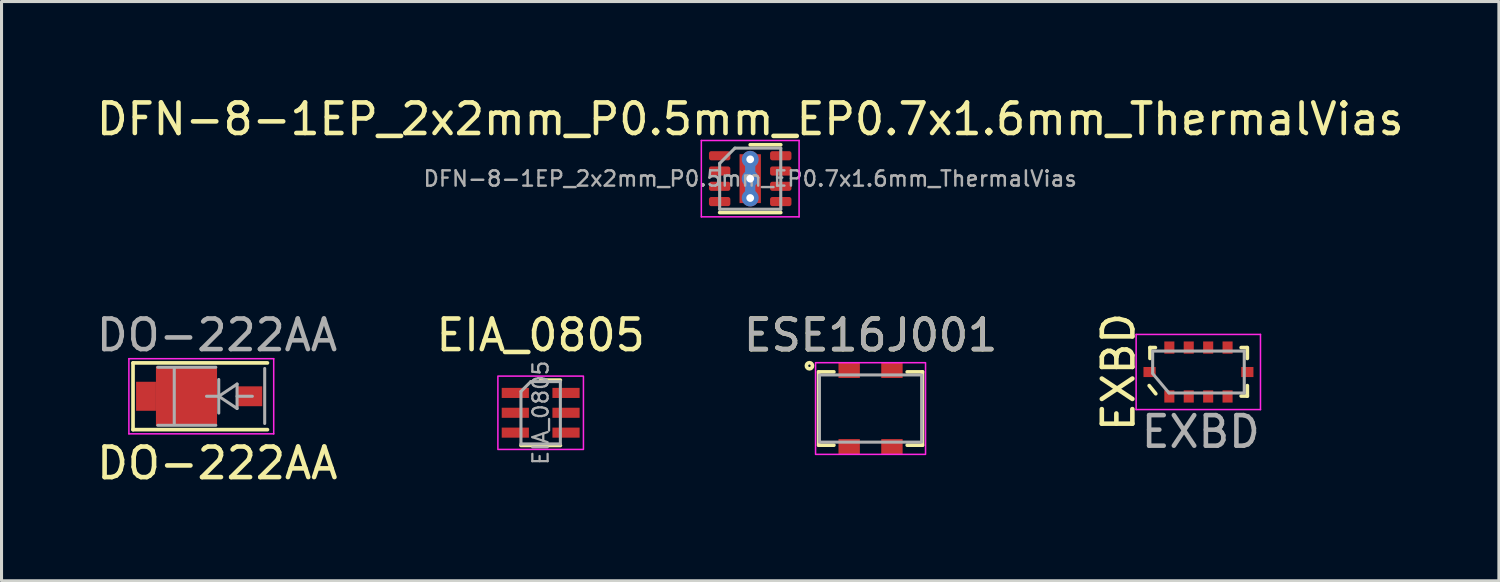
<source format=kicad_pcb>
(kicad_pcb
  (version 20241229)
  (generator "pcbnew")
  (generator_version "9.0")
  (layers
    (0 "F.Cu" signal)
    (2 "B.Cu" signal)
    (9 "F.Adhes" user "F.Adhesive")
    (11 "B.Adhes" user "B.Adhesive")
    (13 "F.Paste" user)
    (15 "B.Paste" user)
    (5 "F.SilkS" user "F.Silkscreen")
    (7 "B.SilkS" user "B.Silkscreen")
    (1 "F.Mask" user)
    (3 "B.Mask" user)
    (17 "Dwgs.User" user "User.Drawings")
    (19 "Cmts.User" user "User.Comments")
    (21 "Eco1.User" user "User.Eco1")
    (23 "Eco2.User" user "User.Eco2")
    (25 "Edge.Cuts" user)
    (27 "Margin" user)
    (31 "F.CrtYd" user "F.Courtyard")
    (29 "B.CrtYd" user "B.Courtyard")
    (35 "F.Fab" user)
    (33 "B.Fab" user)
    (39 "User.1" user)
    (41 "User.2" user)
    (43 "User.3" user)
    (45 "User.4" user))
  (footprint "DFN-8-1EP_2x2mm_P0.5mm_EP0.7x1.6mm_ThermalVias"
    (layer "F.Cu")
    (at 21.506 2.798)
    (property "Reference" "DFN-8-1EP_2x2mm_P0.5mm_EP0.7x1.6mm_ThermalVias" (at 0 -1.95 0) (layer "F.SilkS") (effects (font (size 1 1) (thickness 0.15))))
    (attr smd)
    (fp_line (start -1 1.11) (end 1 1.11) (stroke (width 0.12) (type solid)) (layer "F.SilkS"))
    (fp_line (start 0 -1.11) (end 1 -1.11) (stroke (width 0.12) (type solid)) (layer "F.SilkS"))
    (fp_line (start -1.6 -1.25) (end -1.6 1.25) (stroke (width 0.05) (type solid)) (layer "F.CrtYd"))
    (fp_line (start -1.6 1.25) (end 1.6 1.25) (stroke (width 0.05) (type solid)) (layer "F.CrtYd"))
    (fp_line (start 1.6 -1.25) (end -1.6 -1.25) (stroke (width 0.05) (type solid)) (layer "F.CrtYd"))
    (fp_line (start 1.6 1.25) (end 1.6 -1.25) (stroke (width 0.05) (type solid)) (layer "F.CrtYd"))
    (fp_line (start -1 -0.5) (end -0.5 -1) (stroke (width 0.1) (type solid)) (layer "F.Fab"))
    (fp_line (start -1 1) (end -1 -0.5) (stroke (width 0.1) (type solid)) (layer "F.Fab"))
    (fp_line (start -0.5 -1) (end 1 -1) (stroke (width 0.1) (type solid)) (layer "F.Fab"))
    (fp_line (start 1 -1) (end 1 1) (stroke (width 0.1) (type solid)) (layer "F.Fab"))
    (fp_line (start 1 1) (end -1 1) (stroke (width 0.1) (type solid)) (layer "F.Fab"))
    (fp_text user "${REFERENCE}" (at 0 0 0) (layer "F.Fab") (effects (font (size 0.5 0.5) (thickness 0.08))))
    (pad "" smd roundrect (at 0 -0.4) (size 0.56 0.64) (layers "F.Paste") (roundrect_rratio 0.25))
    (pad "" smd roundrect (at 0 0.4) (size 0.56 0.64) (layers "F.Paste") (roundrect_rratio 0.25))
    (pad "1" smd roundrect (at -1 -0.75) (size 0.7 0.3) (layers "F.Cu" "F.Mask" "F.Paste") (roundrect_rratio 0.25))
    (pad "2" smd roundrect (at -1 -0.25) (size 0.7 0.3) (layers "F.Cu" "F.Mask" "F.Paste") (roundrect_rratio 0.25))
    (pad "3" smd roundrect (at -1 0.25) (size 0.7 0.3) (layers "F.Cu" "F.Mask" "F.Paste") (roundrect_rratio 0.25))
    (pad "4" smd roundrect (at -1 0.75) (size 0.7 0.3) (layers "F.Cu" "F.Mask" "F.Paste") (roundrect_rratio 0.25))
    (pad "5" smd roundrect (at 1 0.75) (size 0.7 0.3) (layers "F.Cu" "F.Mask" "F.Paste") (roundrect_rratio 0.25))
    (pad "6" smd roundrect (at 1 0.25) (size 0.7 0.3) (layers "F.Cu" "F.Mask" "F.Paste") (roundrect_rratio 0.25))
    (pad "7" smd roundrect (at 1 -0.25) (size 0.7 0.3) (layers "F.Cu" "F.Mask" "F.Paste") (roundrect_rratio 0.25))
    (pad "8" smd roundrect (at 1 -0.75) (size 0.7 0.3) (layers "F.Cu" "F.Mask" "F.Paste") (roundrect_rratio 0.25))
    (pad "9" thru_hole circle (at 0 -0.633) (size 0.554 0.554) (drill 0.254) (property pad_prop_heatsink) (layers "*.Cu"))
    (pad "9" smd rect (at 0 0) (size 0.334 1.6) (layers "B.Cu"))
    (pad "9" thru_hole circle (at 0 0) (size 0.554 0.554) (drill 0.254) (property pad_prop_heatsink) (layers "*.Cu"))
    (pad "9" smd rect (at 0 0) (size 0.7 1.6) (layers "F.Cu" "F.Mask"))
    (pad "9" thru_hole circle (at 0 0.633) (size 0.554 0.554) (drill 0.254) (property pad_prop_heatsink) (layers "*.Cu")))
  (footprint "ESE16J001"
    (layer "F.Cu")
    (at 25.445 10.322)
    (property "Reference" "ESE16J001" (at 0 -2.4 0) (unlocked yes) (layer "F.SilkS") (effects (font (size 1 1) (thickness 0.15))))
    (attr smd)
    (fp_line (start -1.7 -1.2) (end -1.7 1.2) (stroke (width 0.12) (type solid)) (layer "F.SilkS"))
    (fp_line (start -1.7 1.2) (end -1.2 1.2) (stroke (width 0.12) (type solid)) (layer "F.SilkS"))
    (fp_line (start -1.2 -1.2) (end -1.7 -1.2) (stroke (width 0.12) (type solid)) (layer "F.SilkS"))
    (fp_line (start 1.7 -1.2) (end 1.2 -1.2) (stroke (width 0.12) (type solid)) (layer "F.SilkS"))
    (fp_line (start 1.7 -1.2) (end 1.7 1.2) (stroke (width 0.12) (type solid)) (layer "F.SilkS"))
    (fp_line (start 1.7 1.2) (end 1.2 1.2) (stroke (width 0.12) (type solid)) (layer "F.SilkS"))
    (fp_circle (center -2 -1.4) (end -2 -1.3) (stroke (width 0.12) (type solid)) (fill no) (layer "F.SilkS"))
    (fp_rect (start -1.8 -1.5) (end 1.8 1.5) (stroke (width 0.05) (type solid)) (fill no) (layer "F.CrtYd"))
    (fp_rect (start -1.675 -1.1) (end 1.675 1.1) (stroke (width 0.1) (type solid)) (fill no) (layer "F.Fab"))
    (fp_text user "${REFERENCE}" (at 0 -2.4 0) (unlocked yes) (layer "F.Fab") (effects (font (size 1 1) (thickness 0.15))))
    (pad "1" smd rect (at -0.7 -1.25) (size 0.7 0.5) (layers "F.Cu" "F.Mask" "F.Paste"))
    (pad "2" smd rect (at 0.7 -1.25) (size 0.7 0.5) (layers "F.Cu" "F.Mask" "F.Paste"))
    (pad "3" smd rect (at -0.7 1.25) (size 0.7 0.5) (layers "F.Cu" "F.Mask" "F.Paste"))
    (pad "4" smd rect (at 0.7 1.25) (size 0.7 0.5) (layers "F.Cu" "F.Mask" "F.Paste")))
  (footprint "EIA_0805"
    (layer "F.Cu")
    (at 14.647 10.461)
    (property "Reference" "EIA_0805" (at 0 -2.54 0) (layer "F.SilkS") (effects (font (size 1 1) (thickness 0.15))))
    (attr smd)
    (fp_line (start -0.645 1.07) (end 0.645 1.07) (stroke (width 0.12) (type solid)) (layer "F.SilkS"))
    (fp_line (start 0 -1.07) (end 0.645 -1.07) (stroke (width 0.12) (type solid)) (layer "F.SilkS"))
    (fp_rect (start -1.4 -1.2) (end 1.4 1.2) (stroke (width 0.05) (type solid)) (fill no) (layer "F.CrtYd"))
    (fp_line (start -0.645 -0.698) (end -0.645 1.02) (stroke (width 0.1) (type solid)) (layer "F.Fab"))
    (fp_line (start -0.645 -0.698) (end -0.323 -1.02) (stroke (width 0.1) (type solid)) (layer "F.Fab"))
    (fp_line (start -0.645 1.02) (end 0.645 1.02) (stroke (width 0.1) (type solid)) (layer "F.Fab"))
    (fp_line (start 0.645 -1.02) (end -0.323 -1.02) (stroke (width 0.1) (type solid)) (layer "F.Fab"))
    (fp_line (start 0.645 1.02) (end 0.645 -1.02) (stroke (width 0.1) (type solid)) (layer "F.Fab"))
    (fp_text user "${REFERENCE}" (at 0 0 90) (layer "F.Fab") (effects (font (size 0.5 0.5) (thickness 0.075))))
    (pad "1" smd rect (at -0.83 -0.65) (size 0.89 0.33) (layers "F.Cu" "F.Mask" "F.Paste"))
    (pad "2" smd rect (at -0.83 0) (size 0.89 0.33) (layers "F.Cu" "F.Mask" "F.Paste"))
    (pad "3" smd rect (at -0.83 0.65) (size 0.89 0.33) (layers "F.Cu" "F.Mask" "F.Paste"))
    (pad "4" smd rect (at 0.83 0.65) (size 0.89 0.33) (layers "F.Cu" "F.Mask" "F.Paste"))
    (pad "5" smd rect (at 0.83 0) (size 0.89 0.33) (layers "F.Cu" "F.Mask" "F.Paste"))
    (pad "6" smd rect (at 0.83 -0.65) (size 0.89 0.33) (layers "F.Cu" "F.Mask" "F.Paste")))
  (footprint "EXBD"
    (layer "F.Cu")
    (at 36.178 9.127)
    (property "Reference" "EXBD" (at -2.618 0 90) (layer "F.SilkS") (effects (font (size 1 1) (thickness 0.15))))
    (attr smd)
    (fp_line (start -1.587 -0.8) (end -1.41 -0.8) (stroke (width 0.12) (type solid)) (layer "F.SilkS"))
    (fp_line (start -1.587 -0.445) (end -1.587 -0.8) (stroke (width 0.12) (type solid)) (layer "F.SilkS"))
    (fp_line (start -1.397 0.711) (end -1.613 0.445) (stroke (width 0.12) (type solid)) (layer "F.SilkS"))
    (fp_line (start 1.397 -0.8) (end 1.587 -0.8) (stroke (width 0.12) (type solid)) (layer "F.SilkS"))
    (fp_line (start 1.6 -0.8) (end 1.6 -0.445) (stroke (width 0.12) (type solid)) (layer "F.SilkS"))
    (fp_line (start 1.6 0.445) (end 1.6 0.787) (stroke (width 0.12) (type solid)) (layer "F.SilkS"))
    (fp_line (start 1.6 0.787) (end 1.397 0.787) (stroke (width 0.12) (type solid)) (layer "F.SilkS"))
    (fp_line (start -2.04 -1.23) (end 2.03 -1.23) (stroke (width 0.05) (type solid)) (layer "F.CrtYd"))
    (fp_line (start -2.04 1.23) (end -2.04 -1.23) (stroke (width 0.05) (type solid)) (layer "F.CrtYd"))
    (fp_line (start 2.03 -1.23) (end 2.03 1.23) (stroke (width 0.05) (type solid)) (layer "F.CrtYd"))
    (fp_line (start 2.03 1.23) (end -2.04 1.23) (stroke (width 0.05) (type solid)) (layer "F.CrtYd"))
    (fp_line (start -1.499 -0.686) (end 1.499 -0.686) (stroke (width 0.1) (type solid)) (layer "F.Fab"))
    (fp_line (start -1.499 0.025) (end -1.499 -0.686) (stroke (width 0.1) (type solid)) (layer "F.Fab"))
    (fp_line (start -0.965 0.686) (end -1.499 0.051) (stroke (width 0.1) (type solid)) (layer "F.Fab"))
    (fp_line (start 1.499 -0.686) (end 1.499 0.686) (stroke (width 0.1) (type solid)) (layer "F.Fab"))
    (fp_line (start 1.499 0.686) (end -0.965 0.686) (stroke (width 0.1) (type solid)) (layer "F.Fab"))
    (fp_text user "${REFERENCE}" (at 0.076 1.956 0) (layer "F.Fab") (effects (font (size 1 1) (thickness 0.15))))
    (pad "1" smd rect (at -1.6 0 270) (size 0.33 0.4) (layers "F.Cu" "F.Mask" "F.Paste"))
    (pad "2" smd rect (at -0.953 0.8) (size 0.33 0.4) (layers "F.Cu" "F.Mask" "F.Paste"))
    (pad "3" smd rect (at -0.318 0.8) (size 0.33 0.4) (layers "F.Cu" "F.Mask" "F.Paste"))
    (pad "4" smd rect (at 0.318 0.8) (size 0.33 0.4) (layers "F.Cu" "F.Mask" "F.Paste"))
    (pad "5" smd rect (at 0.953 0.8) (size 0.33 0.4) (layers "F.Cu" "F.Mask" "F.Paste"))
    (pad "6" smd rect (at 1.6 0 270) (size 0.33 0.4) (layers "F.Cu" "F.Mask" "F.Paste"))
    (pad "7" smd rect (at 0.953 -0.8) (size 0.33 0.4) (layers "F.Cu" "F.Mask" "F.Paste"))
    (pad "8" smd rect (at 0.318 -0.8) (size 0.33 0.4) (layers "F.Cu" "F.Mask" "F.Paste"))
    (pad "9" smd rect (at -0.318 -0.8) (size 0.33 0.4) (layers "F.Cu" "F.Mask" "F.Paste"))
    (pad "10" smd rect (at -0.953 -0.8) (size 0.33 0.4) (layers "F.Cu" "F.Mask" "F.Paste")))
  (footprint "DO-222AA"
    (layer "F.Cu")
    (at 3.469 9.921)
    (property "Reference" "DO-222AA" (at 0.595 2.19 180) (layer "F.SilkS") (effects (font (size 1 1) (thickness 0.15))))
    (attr smd)
    (fp_line (start -2.165 -1.092) (end -2.165 1.092) (stroke (width 0.12) (type solid)) (layer "F.SilkS"))
    (fp_line (start -2.165 -1.092) (end 2.235 -1.092) (stroke (width 0.12) (type solid)) (layer "F.SilkS"))
    (fp_line (start -2.165 1.092) (end 2.235 1.092) (stroke (width 0.12) (type solid)) (layer "F.SilkS"))
    (fp_line (start -2.3 -1.23) (end -2.3 1.23) (stroke (width 0.05) (type solid)) (layer "F.CrtYd"))
    (fp_line (start -2.3 -1.23) (end 2.44 -1.23) (stroke (width 0.05) (type solid)) (layer "F.CrtYd"))
    (fp_line (start 2.44 -1.23) (end 2.44 1.23) (stroke (width 0.05) (type solid)) (layer "F.CrtYd"))
    (fp_line (start 2.44 1.23) (end -2.3 1.23) (stroke (width 0.05) (type solid)) (layer "F.CrtYd"))
    (fp_line (start -1.355 -0.95) (end 0.545 -0.95) (stroke (width 0.1) (type solid)) (layer "F.Fab"))
    (fp_line (start -0.815 0.9) (end -0.815 -0.9) (stroke (width 0.1) (type solid)) (layer "F.Fab"))
    (fp_line (start 0.241 0) (end 0.641 0) (stroke (width 0.1) (type solid)) (layer "F.Fab"))
    (fp_line (start 0.545 0.95) (end -1.355 0.95) (stroke (width 0.1) (type solid)) (layer "F.Fab"))
    (fp_line (start 0.641 0) (end 0.641 -0.55) (stroke (width 0.1) (type solid)) (layer "F.Fab"))
    (fp_line (start 0.641 0) (end 0.641 0.55) (stroke (width 0.1) (type solid)) (layer "F.Fab"))
    (fp_line (start 0.641 0) (end 1.241 -0.4) (stroke (width 0.1) (type solid)) (layer "F.Fab"))
    (fp_line (start 1.241 -0.4) (end 1.241 0.4) (stroke (width 0.1) (type solid)) (layer "F.Fab"))
    (fp_line (start 1.241 0) (end 1.741 0) (stroke (width 0.1) (type solid)) (layer "F.Fab"))
    (fp_line (start 1.241 0.4) (end 0.641 0) (stroke (width 0.1) (type solid)) (layer "F.Fab"))
    (fp_line (start 2.145 -0.91) (end 2.145 0.89) (stroke (width 0.1) (type solid)) (layer "F.Fab"))
    (fp_text user "${REFERENCE}" (at 0.585 -2 180) (layer "F.Fab") (effects (font (size 1 1) (thickness 0.15))))
    (pad "1" smd rect (at -1.74 0) (size 0.65 0.95) (layers "F.Cu" "F.Mask" "F.Paste"))
    (pad "1" smd rect (at -0.415 0) (size 2 1.95) (layers "F.Cu" "F.Mask" "F.Paste"))
    (pad "2" smd rect (at 1.64 0) (size 0.85 0.65) (layers "F.Cu" "F.Mask" "F.Paste")))
  (gr_rect
    (start -3 -3)
    (end 46.012 15.96)
    (stroke (width 0.1) (type default))
    (fill no)
    (layer "Edge.Cuts")))
</source>
